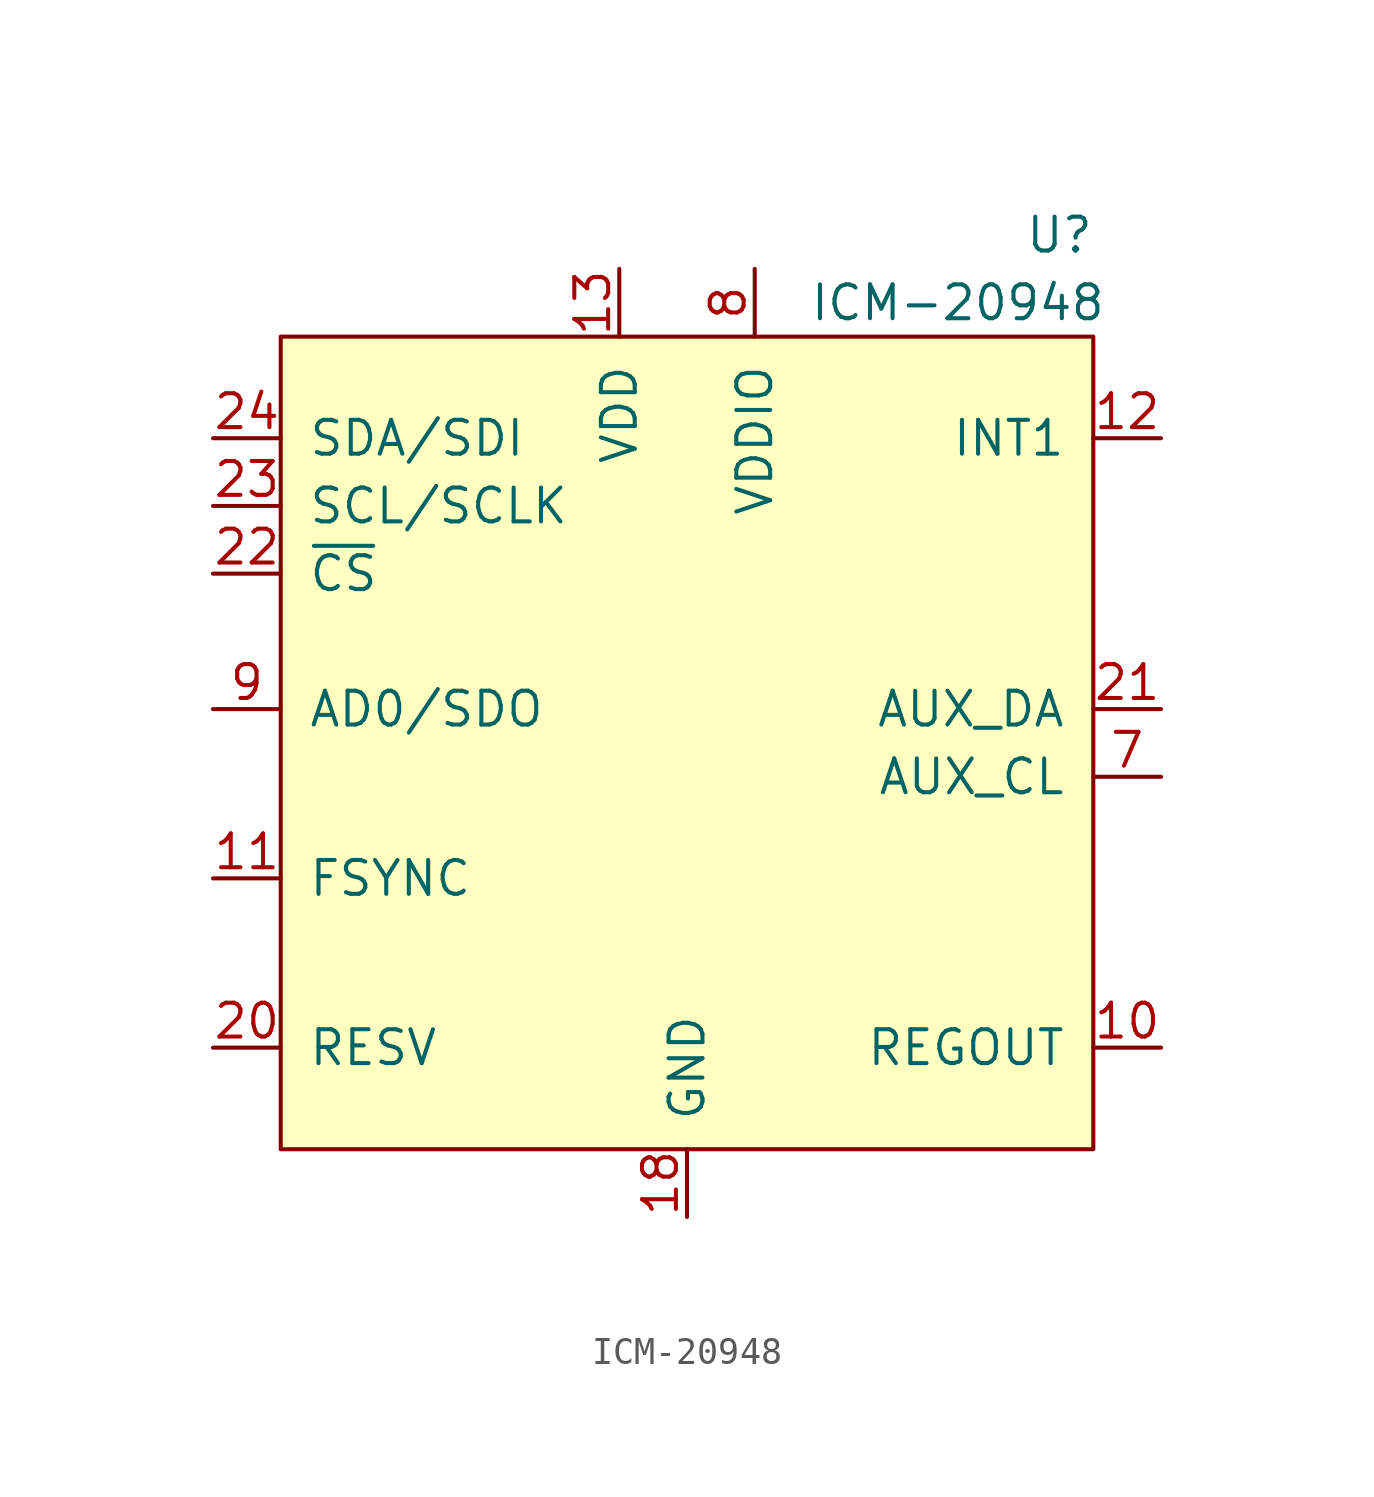
<source format=kicad_sym>
(kicad_symbol_lib
  (version 20211014)
  (generator kicad_symbol_editor)
  (symbol "ICM-20948"
    (pin_names
      (offset 1.016))
    (property "Reference" "U"
      (at 13.97 19.05 0)
      (effects (font (size 1.27 1.27))))
    (property "Value" "ICM-20948"
      (at 10.16 16.51 0)
      (effects (font (size 1.27 1.27))))
    (symbol "ICM-20948_0_1"
      (rectangle (start -15.24 15.24) (end 15.24 -15.24) (stroke (width 0) (type default) (color 0 0 0 0)) (fill (type background))))
    (symbol "ICM-20948_1_1"
      (pin no_connect line (at 15.24 6.35 180) (length 2.54) hide (name "NC" (effects (font (size 1.27 1.27)))) (number "1" (effects (font (size 1.27 1.27)))))
      (pin power_out line (at 17.78 -11.43 180) (length 2.54) (name "REGOUT" (effects (font (size 1.27 1.27)))) (number "10" (effects (font (size 1.27 1.27)))))
      (pin input line (at -17.78 -5.08 0) (length 2.54) (name "FSYNC" (effects (font (size 1.27 1.27)))) (number "11" (effects (font (size 1.27 1.27)))))
      (pin output line (at 17.78 11.43 180) (length 2.54) (name "INT1" (effects (font (size 1.27 1.27)))) (number "12" (effects (font (size 1.27 1.27)))))
      (pin power_in line (at -2.54 17.78 270) (length 2.54) (name "VDD" (effects (font (size 1.27 1.27)))) (number "13" (effects (font (size 1.27 1.27)))))
      (pin no_connect line (at 15.24 8.89 180) (length 2.54) hide (name "NC" (effects (font (size 1.27 1.27)))) (number "14" (effects (font (size 1.27 1.27)))))
      (pin no_connect line (at 15.24 -7.62 180) (length 2.54) hide (name "NC" (effects (font (size 1.27 1.27)))) (number "15" (effects (font (size 1.27 1.27)))))
      (pin no_connect line (at 15.24 -6.35 180) (length 2.54) hide (name "NC" (effects (font (size 1.27 1.27)))) (number "16" (effects (font (size 1.27 1.27)))))
      (pin no_connect line (at 15.24 3.81 180) (length 2.54) hide (name "NC" (effects (font (size 1.27 1.27)))) (number "17" (effects (font (size 1.27 1.27)))))
      (pin power_in line (at 0 -17.78 90) (length 2.54) (name "GND" (effects (font (size 1.27 1.27)))) (number "18" (effects (font (size 1.27 1.27)))))
      (pin no_connect line (at 15.24 7.62 180) (length 2.54) hide (name "RESV" (effects (font (size 1.27 1.27)))) (number "19" (effects (font (size 1.27 1.27)))))
      (pin no_connect line (at 15.24 -5.08 180) (length 2.54) hide (name "NC" (effects (font (size 1.27 1.27)))) (number "2" (effects (font (size 1.27 1.27)))))
      (pin input line (at -17.78 -11.43 0) (length 2.54) (name "RESV" (effects (font (size 1.27 1.27)))) (number "20" (effects (font (size 1.27 1.27)))))
      (pin bidirectional line (at 17.78 1.27 180) (length 2.54) (name "AUX_DA" (effects (font (size 1.27 1.27)))) (number "21" (effects (font (size 1.27 1.27)))))
      (pin input line (at -17.78 6.35 0) (length 2.54) (name "~{CS}" (effects (font (size 1.27 1.27)))) (number "22" (effects (font (size 1.27 1.27)))))
      (pin input line (at -17.78 8.89 0) (length 2.54) (name "SCL/SCLK" (effects (font (size 1.27 1.27)))) (number "23" (effects (font (size 1.27 1.27)))))
      (pin bidirectional line (at -17.78 11.43 0) (length 2.54) (name "SDA/SDI" (effects (font (size 1.27 1.27)))) (number "24" (effects (font (size 1.27 1.27)))))
      (pin no_connect line (at 15.24 -3.81 180) (length 2.54) hide (name "NC" (effects (font (size 1.27 1.27)))) (number "3" (effects (font (size 1.27 1.27)))))
      (pin no_connect line (at 15.24 5.08 180) (length 2.54) hide (name "NC" (effects (font (size 1.27 1.27)))) (number "4" (effects (font (size 1.27 1.27)))))
      (pin no_connect line (at 15.24 -8.89 180) (length 2.54) hide (name "NC" (effects (font (size 1.27 1.27)))) (number "5" (effects (font (size 1.27 1.27)))))
      (pin no_connect line (at 15.24 -2.54 180) (length 2.54) hide (name "NC" (effects (font (size 1.27 1.27)))) (number "6" (effects (font (size 1.27 1.27)))))
      (pin output line (at 17.78 -1.27 180) (length 2.54) (name "AUX_CL" (effects (font (size 1.27 1.27)))) (number "7" (effects (font (size 1.27 1.27)))))
      (pin power_in line (at 2.54 17.78 270) (length 2.54) (name "VDDIO" (effects (font (size 1.27 1.27)))) (number "8" (effects (font (size 1.27 1.27)))))
      (pin input line (at -17.78 1.27 0) (length 2.54) (name "AD0/SDO" (effects (font (size 1.27 1.27)))) (number "9" (effects (font (size 1.27 1.27))))))))
</source>
